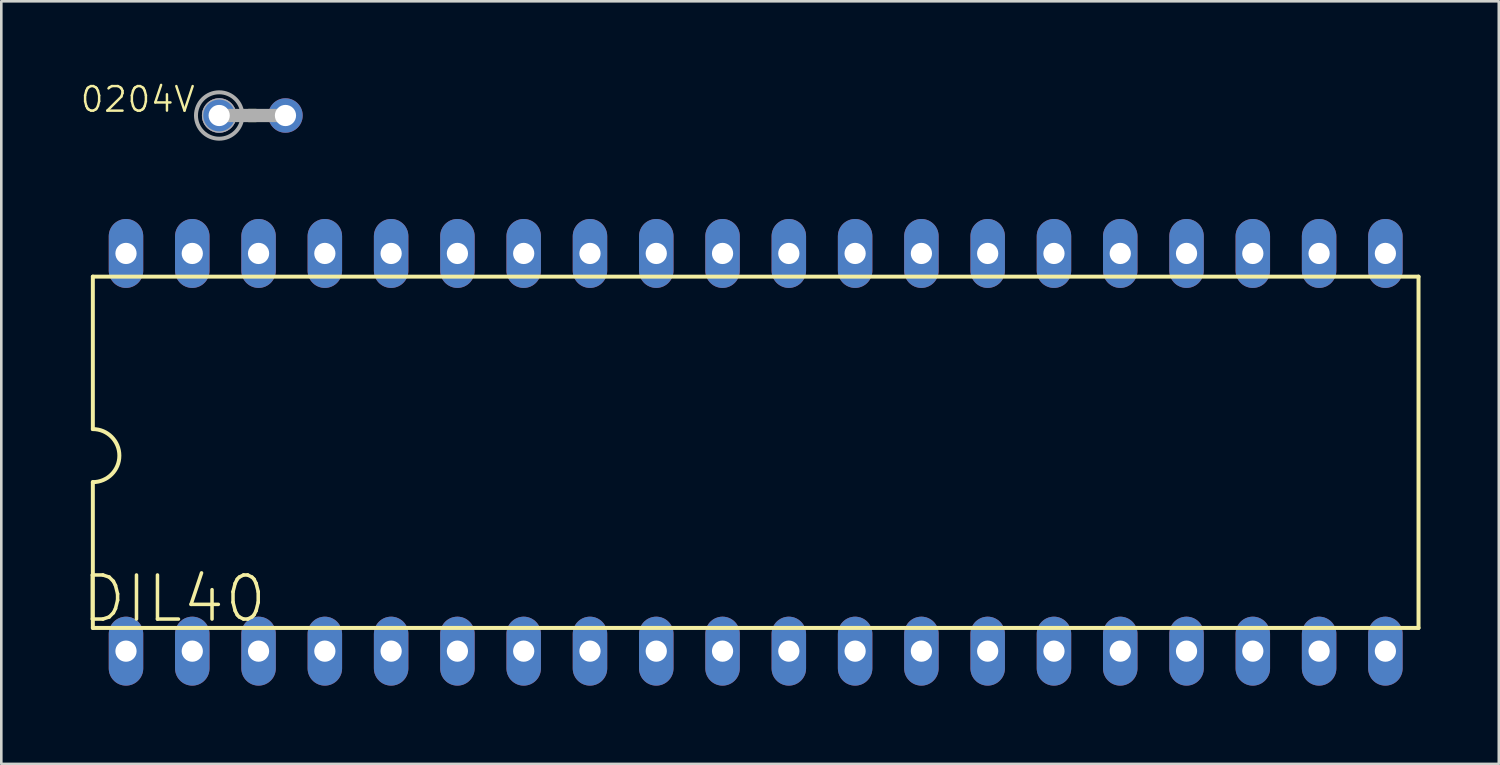
<source format=kicad_pcb>
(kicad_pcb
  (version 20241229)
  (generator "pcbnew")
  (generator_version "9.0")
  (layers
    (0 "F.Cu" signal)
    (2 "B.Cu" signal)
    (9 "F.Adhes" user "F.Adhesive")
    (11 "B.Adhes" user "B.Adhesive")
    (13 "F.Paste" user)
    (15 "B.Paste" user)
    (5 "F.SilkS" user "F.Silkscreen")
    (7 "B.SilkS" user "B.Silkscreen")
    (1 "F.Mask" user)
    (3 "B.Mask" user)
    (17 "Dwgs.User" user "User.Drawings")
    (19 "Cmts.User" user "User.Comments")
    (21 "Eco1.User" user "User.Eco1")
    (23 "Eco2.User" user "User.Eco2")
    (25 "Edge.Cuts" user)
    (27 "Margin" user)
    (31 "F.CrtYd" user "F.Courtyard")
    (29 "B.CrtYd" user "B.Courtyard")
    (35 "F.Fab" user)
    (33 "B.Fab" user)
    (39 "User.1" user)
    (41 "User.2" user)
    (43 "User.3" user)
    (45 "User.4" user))
  (footprint "0204V"
    (layer "F.Cu")
    (at 6.619 1.376)
    (property "Reference" "0204V" (at -2.134 -1.168 180) (layer "F.SilkS") (effects (font (size 0.941 0.941) (thickness 0.094)) (justify right top)))
    (attr through_hole)
    (fp_line (start -0.127 0) (end 0.127 0) (stroke (width 0.508) (type solid)) (layer "F.SilkS"))
    (fp_line (start -1.27 0) (end 1.27 0) (stroke (width 0.508) (type solid)) (layer "F.Fab"))
    (fp_circle (center -1.27 0) (end -0.635 0) (stroke (width 0.051) (type solid)) (fill no) (layer "F.Fab"))
    (fp_circle (center -1.27 0) (end -0.381 0) (stroke (width 0.152) (type solid)) (fill no) (layer "F.Fab"))
    (pad "1" thru_hole circle (at -1.27 0) (size 1.321 1.321) (drill 0.813) (layers "*.Cu" "*.Mask"))
    (pad "2" thru_hole circle (at 1.27 0) (size 1.321 1.321) (drill 0.813) (layers "*.Cu" "*.Mask")))
  (footprint "DIL40"
    (layer "F.Cu")
    (at 25.908 14.282)
    (property "Reference" "DIL40" (at -25.908 6.604 0) (layer "F.SilkS") (effects (font (size 1.689 1.689) (thickness 0.135)) (justify left bottom)))
    (attr through_hole)
    (fp_line (start -25.4 -6.731) (end -25.4 -0.889) (stroke (width 0.152) (type solid)) (layer "F.SilkS"))
    (fp_line (start -25.4 6.731) (end -25.4 1.143) (stroke (width 0.152) (type solid)) (layer "F.SilkS"))
    (fp_line (start -25.4 6.731) (end 25.4 6.731) (stroke (width 0.152) (type solid)) (layer "F.SilkS"))
    (fp_line (start 25.4 -6.731) (end -25.4 -6.731) (stroke (width 0.152) (type solid)) (layer "F.SilkS"))
    (fp_line (start 25.4 -6.731) (end 25.4 6.731) (stroke (width 0.152) (type solid)) (layer "F.SilkS"))
    (fp_arc (start -25.4 -0.889) (mid -24.384 0.127) (end -25.4 1.143) (stroke (width 0.1524) (type solid)) (layer "F.SilkS"))
    (pad "1" thru_hole oval (at -24.13 7.62 90) (size 2.642 1.321) (drill 0.813) (layers "*.Cu" "*.Mask"))
    (pad "2" thru_hole oval (at -21.59 7.62 90) (size 2.642 1.321) (drill 0.813) (layers "*.Cu" "*.Mask"))
    (pad "3" thru_hole oval (at -19.05 7.62 90) (size 2.642 1.321) (drill 0.813) (layers "*.Cu" "*.Mask"))
    (pad "4" thru_hole oval (at -16.51 7.62 90) (size 2.642 1.321) (drill 0.813) (layers "*.Cu" "*.Mask"))
    (pad "5" thru_hole oval (at -13.97 7.62 90) (size 2.642 1.321) (drill 0.813) (layers "*.Cu" "*.Mask"))
    (pad "6" thru_hole oval (at -11.43 7.62 90) (size 2.642 1.321) (drill 0.813) (layers "*.Cu" "*.Mask"))
    (pad "7" thru_hole oval (at -8.89 7.62 90) (size 2.642 1.321) (drill 0.813) (layers "*.Cu" "*.Mask"))
    (pad "8" thru_hole oval (at -6.35 7.62 90) (size 2.642 1.321) (drill 0.813) (layers "*.Cu" "*.Mask"))
    (pad "9" thru_hole oval (at -3.81 7.62 90) (size 2.642 1.321) (drill 0.813) (layers "*.Cu" "*.Mask"))
    (pad "10" thru_hole oval (at -1.27 7.62 90) (size 2.642 1.321) (drill 0.813) (layers "*.Cu" "*.Mask"))
    (pad "11" thru_hole oval (at 1.27 7.62 90) (size 2.642 1.321) (drill 0.813) (layers "*.Cu" "*.Mask"))
    (pad "12" thru_hole oval (at 3.81 7.62 90) (size 2.642 1.321) (drill 0.813) (layers "*.Cu" "*.Mask"))
    (pad "13" thru_hole oval (at 6.35 7.62 90) (size 2.642 1.321) (drill 0.813) (layers "*.Cu" "*.Mask"))
    (pad "14" thru_hole oval (at 8.89 7.62 90) (size 2.642 1.321) (drill 0.813) (layers "*.Cu" "*.Mask"))
    (pad "15" thru_hole oval (at 11.43 7.62 90) (size 2.642 1.321) (drill 0.813) (layers "*.Cu" "*.Mask"))
    (pad "16" thru_hole oval (at 13.97 7.62 90) (size 2.642 1.321) (drill 0.813) (layers "*.Cu" "*.Mask"))
    (pad "17" thru_hole oval (at 16.51 7.62 90) (size 2.642 1.321) (drill 0.813) (layers "*.Cu" "*.Mask"))
    (pad "18" thru_hole oval (at 19.05 7.62 90) (size 2.642 1.321) (drill 0.813) (layers "*.Cu" "*.Mask"))
    (pad "19" thru_hole oval (at 21.59 7.62 90) (size 2.642 1.321) (drill 0.813) (layers "*.Cu" "*.Mask"))
    (pad "20" thru_hole oval (at 24.13 7.62 90) (size 2.642 1.321) (drill 0.813) (layers "*.Cu" "*.Mask"))
    (pad "21" thru_hole oval (at 24.13 -7.62 90) (size 2.642 1.321) (drill 0.813) (layers "*.Cu" "*.Mask"))
    (pad "22" thru_hole oval (at 21.59 -7.62 90) (size 2.642 1.321) (drill 0.813) (layers "*.Cu" "*.Mask"))
    (pad "23" thru_hole oval (at 19.05 -7.62 90) (size 2.642 1.321) (drill 0.813) (layers "*.Cu" "*.Mask"))
    (pad "24" thru_hole oval (at 16.51 -7.62 90) (size 2.642 1.321) (drill 0.813) (layers "*.Cu" "*.Mask"))
    (pad "25" thru_hole oval (at 13.97 -7.62 90) (size 2.642 1.321) (drill 0.813) (layers "*.Cu" "*.Mask"))
    (pad "26" thru_hole oval (at 11.43 -7.62 90) (size 2.642 1.321) (drill 0.813) (layers "*.Cu" "*.Mask"))
    (pad "27" thru_hole oval (at 8.89 -7.62 90) (size 2.642 1.321) (drill 0.813) (layers "*.Cu" "*.Mask"))
    (pad "28" thru_hole oval (at 6.35 -7.62 90) (size 2.642 1.321) (drill 0.813) (layers "*.Cu" "*.Mask"))
    (pad "29" thru_hole oval (at 3.81 -7.62 90) (size 2.642 1.321) (drill 0.813) (layers "*.Cu" "*.Mask"))
    (pad "30" thru_hole oval (at 1.27 -7.62 90) (size 2.642 1.321) (drill 0.813) (layers "*.Cu" "*.Mask"))
    (pad "31" thru_hole oval (at -1.27 -7.62 90) (size 2.642 1.321) (drill 0.813) (layers "*.Cu" "*.Mask"))
    (pad "32" thru_hole oval (at -3.81 -7.62 90) (size 2.642 1.321) (drill 0.813) (layers "*.Cu" "*.Mask"))
    (pad "33" thru_hole oval (at -6.35 -7.62 90) (size 2.642 1.321) (drill 0.813) (layers "*.Cu" "*.Mask"))
    (pad "34" thru_hole oval (at -8.89 -7.62 90) (size 2.642 1.321) (drill 0.813) (layers "*.Cu" "*.Mask"))
    (pad "35" thru_hole oval (at -11.43 -7.62 90) (size 2.642 1.321) (drill 0.813) (layers "*.Cu" "*.Mask"))
    (pad "36" thru_hole oval (at -13.97 -7.62 90) (size 2.642 1.321) (drill 0.813) (layers "*.Cu" "*.Mask"))
    (pad "37" thru_hole oval (at -16.51 -7.62 90) (size 2.642 1.321) (drill 0.813) (layers "*.Cu" "*.Mask"))
    (pad "38" thru_hole oval (at -19.05 -7.62 90) (size 2.642 1.321) (drill 0.813) (layers "*.Cu" "*.Mask"))
    (pad "39" thru_hole oval (at -21.59 -7.62 90) (size 2.642 1.321) (drill 0.813) (layers "*.Cu" "*.Mask"))
    (pad "40" thru_hole oval (at -24.13 -7.62 90) (size 2.642 1.321) (drill 0.813) (layers "*.Cu" "*.Mask")))
  (gr_rect
    (start -3 -3)
    (end 54.384 26.223)
    (stroke (width 0.1) (type default))
    (fill no)
    (layer "Edge.Cuts")))
</source>
